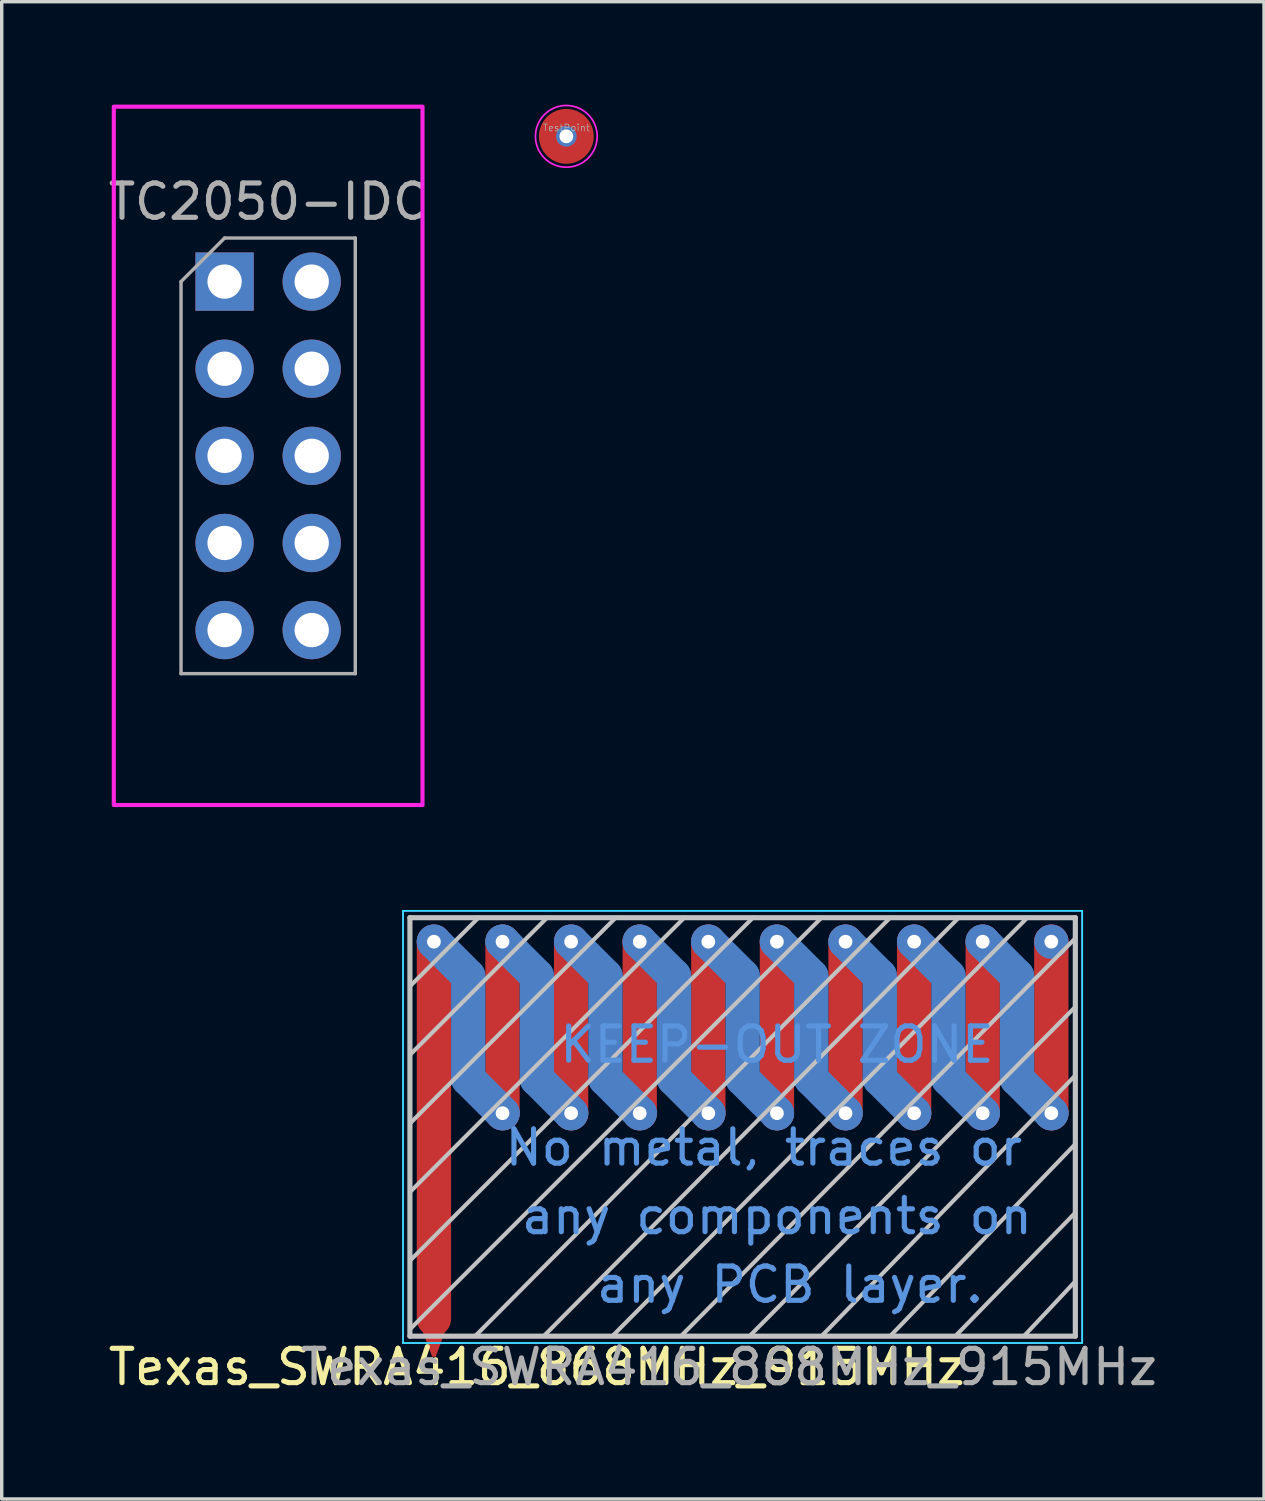
<source format=kicad_pcb>
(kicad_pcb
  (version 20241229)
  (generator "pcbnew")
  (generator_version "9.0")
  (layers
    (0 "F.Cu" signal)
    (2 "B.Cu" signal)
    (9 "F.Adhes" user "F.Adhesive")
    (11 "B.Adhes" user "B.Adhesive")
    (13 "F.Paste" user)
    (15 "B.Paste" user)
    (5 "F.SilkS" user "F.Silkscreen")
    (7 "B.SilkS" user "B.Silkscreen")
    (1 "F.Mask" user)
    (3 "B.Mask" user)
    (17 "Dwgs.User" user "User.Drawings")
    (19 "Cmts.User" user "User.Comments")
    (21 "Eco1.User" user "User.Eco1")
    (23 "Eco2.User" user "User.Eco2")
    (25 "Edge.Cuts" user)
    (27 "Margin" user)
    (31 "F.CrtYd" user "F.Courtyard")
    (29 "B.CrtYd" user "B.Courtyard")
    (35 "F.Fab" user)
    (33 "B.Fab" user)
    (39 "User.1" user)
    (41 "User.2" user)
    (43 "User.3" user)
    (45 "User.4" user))
  (footprint "TC2050-IDC"
    (layer "F.Cu")
    (at 4.768 10.24)
    (property "Reference" "TC2050-IDC" (at 0 -7.41 0) (layer "F.Fab") (effects (font (size 1 1) (thickness 0.15))))
    (attr through_hole)
    (fp_rect (start -4.5 -10.18) (end 4.5 10.18) (stroke (width 0.12) (type default)) (fill no) (layer "F.CrtYd"))
    (fp_line (start -2.54 -5.08) (end -1.27 -6.35) (stroke (width 0.1) (type solid)) (layer "F.Fab"))
    (fp_line (start -2.54 6.35) (end -2.54 -5.08) (stroke (width 0.1) (type solid)) (layer "F.Fab"))
    (fp_line (start -1.27 -6.35) (end 2.54 -6.35) (stroke (width 0.1) (type solid)) (layer "F.Fab"))
    (fp_line (start 2.54 -6.35) (end 2.54 6.35) (stroke (width 0.1) (type solid)) (layer "F.Fab"))
    (fp_line (start 2.54 6.35) (end -2.54 6.35) (stroke (width 0.1) (type solid)) (layer "F.Fab"))
    (pad "1" thru_hole rect (at -1.27 -5.08) (size 1.7 1.7) (drill 1) (layers "*.Cu" "*.Mask"))
    (pad "2" thru_hole oval (at 1.27 -5.08) (size 1.7 1.7) (drill 1) (layers "*.Cu" "*.Mask"))
    (pad "3" thru_hole oval (at -1.27 -2.54) (size 1.7 1.7) (drill 1) (layers "*.Cu" "*.Mask"))
    (pad "4" thru_hole oval (at 1.27 -2.54) (size 1.7 1.7) (drill 1) (layers "*.Cu" "*.Mask"))
    (pad "5" thru_hole oval (at -1.27 0) (size 1.7 1.7) (drill 1) (layers "*.Cu" "*.Mask"))
    (pad "6" thru_hole oval (at 1.27 0) (size 1.7 1.7) (drill 1) (layers "*.Cu" "*.Mask"))
    (pad "7" thru_hole oval (at -1.27 2.54) (size 1.7 1.7) (drill 1) (layers "*.Cu" "*.Mask"))
    (pad "8" thru_hole oval (at 1.27 2.54) (size 1.7 1.7) (drill 1) (layers "*.Cu" "*.Mask"))
    (pad "9" thru_hole oval (at -1.27 5.08) (size 1.7 1.7) (drill 1) (layers "*.Cu" "*.Mask"))
    (pad "10" thru_hole oval (at 1.27 5.08) (size 1.7 1.7) (drill 1) (layers "*.Cu" "*.Mask")))
  (footprint "Texas_SWRA416_868MHz_915MHz"
    (layer "F.Cu")
    (at 18.601 30.205)
    (property "Reference" "Texas_SWRA416_868MHz_915MHz" (at -6 6.6 0) (layer "F.SilkS") (effects (font (size 1 1) (thickness 0.15))))
    (attr smd)
    (fp_line (start -9 5.2) (end -9 -5.8) (stroke (width 1) (type solid)) (layer "F.Cu"))
    (fp_line (start -7 -5.8) (end -7 -0.8) (stroke (width 1) (type solid)) (layer "F.Cu"))
    (fp_line (start -5 -5.8) (end -5 -0.8) (stroke (width 1) (type solid)) (layer "F.Cu"))
    (fp_line (start -3 -5.8) (end -3 -0.8) (stroke (width 1) (type solid)) (layer "F.Cu"))
    (fp_line (start -1 -5.8) (end -1 -0.8) (stroke (width 1) (type solid)) (layer "F.Cu"))
    (fp_line (start 1 -5.8) (end 1 -0.8) (stroke (width 1) (type solid)) (layer "F.Cu"))
    (fp_line (start 3 -5.8) (end 3 -0.8) (stroke (width 1) (type solid)) (layer "F.Cu"))
    (fp_line (start 5 -5.8) (end 5 -0.8) (stroke (width 1) (type solid)) (layer "F.Cu"))
    (fp_line (start 7 -5.8) (end 7 -0.8) (stroke (width 1) (type solid)) (layer "F.Cu"))
    (fp_line (start 9 -5.8) (end 9 -0.8) (stroke (width 1) (type solid)) (layer "F.Cu"))
    (fp_line (start -9 -5.8) (end -8 -4.8) (stroke (width 1) (type solid)) (layer "B.Cu"))
    (fp_line (start -8 -4.8) (end -8 -1.8) (stroke (width 1) (type solid)) (layer "B.Cu"))
    (fp_line (start -8 -1.8) (end -7 -0.8) (stroke (width 1) (type solid)) (layer "B.Cu"))
    (fp_line (start -7 -5.8) (end -6 -4.8) (stroke (width 1) (type solid)) (layer "B.Cu"))
    (fp_line (start -6 -4.8) (end -6 -1.8) (stroke (width 1) (type solid)) (layer "B.Cu"))
    (fp_line (start -6 -1.8) (end -5 -0.8) (stroke (width 1) (type solid)) (layer "B.Cu"))
    (fp_line (start -5 -5.8) (end -4 -4.8) (stroke (width 1) (type solid)) (layer "B.Cu"))
    (fp_line (start -4 -4.8) (end -4 -1.8) (stroke (width 1) (type solid)) (layer "B.Cu"))
    (fp_line (start -4 -1.8) (end -3 -0.8) (stroke (width 1) (type solid)) (layer "B.Cu"))
    (fp_line (start -3 -5.8) (end -2 -4.8) (stroke (width 1) (type solid)) (layer "B.Cu"))
    (fp_line (start -2 -4.8) (end -2 -1.8) (stroke (width 1) (type solid)) (layer "B.Cu"))
    (fp_line (start -2 -1.8) (end -1 -0.8) (stroke (width 1) (type solid)) (layer "B.Cu"))
    (fp_line (start -1 -5.8) (end 0 -4.8) (stroke (width 1) (type solid)) (layer "B.Cu"))
    (fp_line (start 0 -4.8) (end 0 -1.8) (stroke (width 1) (type solid)) (layer "B.Cu"))
    (fp_line (start 0 -1.8) (end 1 -0.8) (stroke (width 1) (type solid)) (layer "B.Cu"))
    (fp_line (start 1 -5.8) (end 2 -4.8) (stroke (width 1) (type solid)) (layer "B.Cu"))
    (fp_line (start 2 -4.8) (end 2 -1.8) (stroke (width 1) (type solid)) (layer "B.Cu"))
    (fp_line (start 2 -1.8) (end 3 -0.8) (stroke (width 1) (type solid)) (layer "B.Cu"))
    (fp_line (start 3 -5.8) (end 4 -4.8) (stroke (width 1) (type solid)) (layer "B.Cu"))
    (fp_line (start 4 -4.8) (end 4 -1.8) (stroke (width 1) (type solid)) (layer "B.Cu"))
    (fp_line (start 4 -1.8) (end 5 -0.8) (stroke (width 1) (type solid)) (layer "B.Cu"))
    (fp_line (start 5 -5.8) (end 6 -4.8) (stroke (width 1) (type solid)) (layer "B.Cu"))
    (fp_line (start 6 -4.8) (end 6 -1.8) (stroke (width 1) (type solid)) (layer "B.Cu"))
    (fp_line (start 6 -1.8) (end 7 -0.8) (stroke (width 1) (type solid)) (layer "B.Cu"))
    (fp_line (start 7 -5.8) (end 8 -4.8) (stroke (width 1) (type solid)) (layer "B.Cu"))
    (fp_line (start 8 -4.8) (end 8 -1.8) (stroke (width 1) (type solid)) (layer "B.Cu"))
    (fp_line (start 8 -1.8) (end 9 -0.8) (stroke (width 1) (type solid)) (layer "B.Cu"))
    (fp_line (start -9.7 -6.5) (end -9.7 5.7) (stroke (width 0.15) (type solid)) (layer "Dwgs.User"))
    (fp_line (start -9.7 -4.5) (end -7.7 -6.5) (stroke (width 0.12) (type solid)) (layer "Dwgs.User"))
    (fp_line (start -9.7 -2.5) (end -5.7 -6.5) (stroke (width 0.12) (type solid)) (layer "Dwgs.User"))
    (fp_line (start -9.7 -0.5) (end -3.7 -6.5) (stroke (width 0.12) (type solid)) (layer "Dwgs.User"))
    (fp_line (start -9.7 1.5) (end -1.7 -6.5) (stroke (width 0.12) (type solid)) (layer "Dwgs.User"))
    (fp_line (start -9.7 3.5) (end 0.3 -6.5) (stroke (width 0.12) (type solid)) (layer "Dwgs.User"))
    (fp_line (start -9.7 5.5) (end 2.3 -6.5) (stroke (width 0.12) (type solid)) (layer "Dwgs.User"))
    (fp_line (start -9.7 5.7) (end 9.7 5.7) (stroke (width 0.15) (type solid)) (layer "Dwgs.User"))
    (fp_line (start 4.3 -6.5) (end -7.8 5.7) (stroke (width 0.12) (type solid)) (layer "Dwgs.User"))
    (fp_line (start 6.3 -6.5) (end -5.8 5.7) (stroke (width 0.12) (type solid)) (layer "Dwgs.User"))
    (fp_line (start 8.3 -6.5) (end -3.8 5.7) (stroke (width 0.12) (type solid)) (layer "Dwgs.User"))
    (fp_line (start 9.7 -6.5) (end -9.7 -6.5) (stroke (width 0.15) (type solid)) (layer "Dwgs.User"))
    (fp_line (start 9.7 -5.9) (end -1.8 5.7) (stroke (width 0.12) (type solid)) (layer "Dwgs.User"))
    (fp_line (start 9.7 -3.9) (end 0.2 5.7) (stroke (width 0.12) (type solid)) (layer "Dwgs.User"))
    (fp_line (start 9.7 -1.9) (end 2.3 5.7) (stroke (width 0.12) (type solid)) (layer "Dwgs.User"))
    (fp_line (start 9.7 0.1) (end 4.3 5.7) (stroke (width 0.12) (type solid)) (layer "Dwgs.User"))
    (fp_line (start 9.7 2.1) (end 6.2 5.7) (stroke (width 0.12) (type solid)) (layer "Dwgs.User"))
    (fp_line (start 9.7 4.1) (end 8.2 5.7) (stroke (width 0.12) (type solid)) (layer "Dwgs.User"))
    (fp_line (start 9.7 5.7) (end 9.7 -6.5) (stroke (width 0.15) (type solid)) (layer "Dwgs.User"))
    (fp_line (start -9.9 -6.7) (end -9.9 5.9) (stroke (width 0.05) (type solid)) (layer "B.CrtYd"))
    (fp_line (start -9.9 5.9) (end 9.9 5.9) (stroke (width 0.05) (type solid)) (layer "B.CrtYd"))
    (fp_line (start 9.9 -6.7) (end -9.9 -6.7) (stroke (width 0.05) (type solid)) (layer "B.CrtYd"))
    (fp_line (start 9.9 5.9) (end 9.9 -6.7) (stroke (width 0.05) (type solid)) (layer "B.CrtYd"))
    (fp_line (start -9.9 -6.7) (end -9.9 5.9) (stroke (width 0.05) (type solid)) (layer "F.CrtYd"))
    (fp_line (start -9.9 5.9) (end 9.9 5.9) (stroke (width 0.05) (type solid)) (layer "F.CrtYd"))
    (fp_line (start 9.9 -6.7) (end -9.9 -6.7) (stroke (width 0.05) (type solid)) (layer "F.CrtYd"))
    (fp_line (start 9.9 5.9) (end 9.9 -6.7) (stroke (width 0.05) (type solid)) (layer "F.CrtYd"))
    (fp_text user "any components on" (at 1 2.2 0) (layer "Cmts.User") (effects (font (size 1 1) (thickness 0.15))))
    (fp_text user " any PCB layer." (at 1 4.2 0) (layer "Cmts.User") (effects (font (size 1 1) (thickness 0.15))))
    (fp_text user "KEEP-OUT ZONE" (at 1 -2.8 0) (layer "Cmts.User") (effects (font (size 1 1) (thickness 0.15))))
    (fp_text user "No metal, traces or " (at 1 0.2 0) (layer "Cmts.User") (effects (font (size 1 1) (thickness 0.15))))
    (fp_text user "${REFERENCE}" (at -0.4 6.6 0) (layer "F.Fab") (effects (font (size 1 1) (thickness 0.15))))
    (pad "" thru_hole circle (at -9 -5.8 180) (size 1 1) (drill 0.4) (layers "*.Cu"))
    (pad "" thru_hole circle (at -7 -5.8 180) (size 1 1) (drill 0.4) (layers "*.Cu"))
    (pad "" thru_hole circle (at -7 -0.8 180) (size 1 1) (drill 0.4) (layers "*.Cu"))
    (pad "" thru_hole circle (at -5 -5.8 180) (size 1 1) (drill 0.4) (layers "*.Cu"))
    (pad "" thru_hole circle (at -5 -0.8 180) (size 1 1) (drill 0.4) (layers "*.Cu"))
    (pad "" thru_hole circle (at -3 -5.8 180) (size 1 1) (drill 0.4) (layers "*.Cu"))
    (pad "" thru_hole circle (at -3 -0.8 180) (size 1 1) (drill 0.4) (layers "*.Cu"))
    (pad "" thru_hole circle (at -1 -5.8 180) (size 1 1) (drill 0.4) (layers "*.Cu"))
    (pad "" thru_hole circle (at -1 -0.8 180) (size 1 1) (drill 0.4) (layers "*.Cu"))
    (pad "" thru_hole circle (at 1 -5.8 180) (size 1 1) (drill 0.4) (layers "*.Cu"))
    (pad "" thru_hole circle (at 1 -0.8 180) (size 1 1) (drill 0.4) (layers "*.Cu"))
    (pad "" thru_hole circle (at 3 -5.8 180) (size 1 1) (drill 0.4) (layers "*.Cu"))
    (pad "" thru_hole circle (at 3 -0.8 180) (size 1 1) (drill 0.4) (layers "*.Cu"))
    (pad "" thru_hole circle (at 5 -5.8 180) (size 1 1) (drill 0.4) (layers "*.Cu"))
    (pad "" thru_hole circle (at 5 -0.8 180) (size 1 1) (drill 0.4) (layers "*.Cu"))
    (pad "" thru_hole circle (at 7 -5.8 180) (size 1 1) (drill 0.4) (layers "*.Cu"))
    (pad "" thru_hole circle (at 7 -0.8 180) (size 1 1) (drill 0.4) (layers "*.Cu"))
    (pad "" thru_hole circle (at 9 -5.8 180) (size 1 1) (drill 0.4) (layers "*.Cu"))
    (pad "" thru_hole circle (at 9 -0.8 180) (size 1 1) (drill 0.4) (layers "*.Cu"))
    (pad "1" smd trapezoid (at -9 5.9 180) (size 0.4 0.8) (rect_delta 0 0.3) (layers "F.Cu")))
  (footprint "TestPoint"
    (layer "F.Cu")
    (at 13.461 0.925)
    (property "Reference" "TestPoint" (at 0 -0.25 0) (unlocked yes) (layer "F.Fab") (effects (font (size 0.2 0.2) (thickness 0.02))))
    (attr through_hole exclude_from_pos_files exclude_from_bom)
    (fp_circle (center 0 0) (end 0.9 0) (stroke (width 0.05) (type solid)) (fill no) (layer "F.CrtYd"))
    (pad "1" thru_hole circle (at 0 0) (size 0.6 0.6) (drill 0.4) (property pad_prop_testpoint) (layers "*.Cu" "F.Mask"))
    (pad "1" smd circle (at 0 0) (size 1.6 1.6) (property pad_prop_testpoint) (layers "F.Cu" "F.Mask" "F.Paste")))
  (gr_rect
    (start -3 -3)
    (end 33.802 40.653)
    (stroke (width 0.1) (type default))
    (fill no)
    (layer "Edge.Cuts")))
</source>
